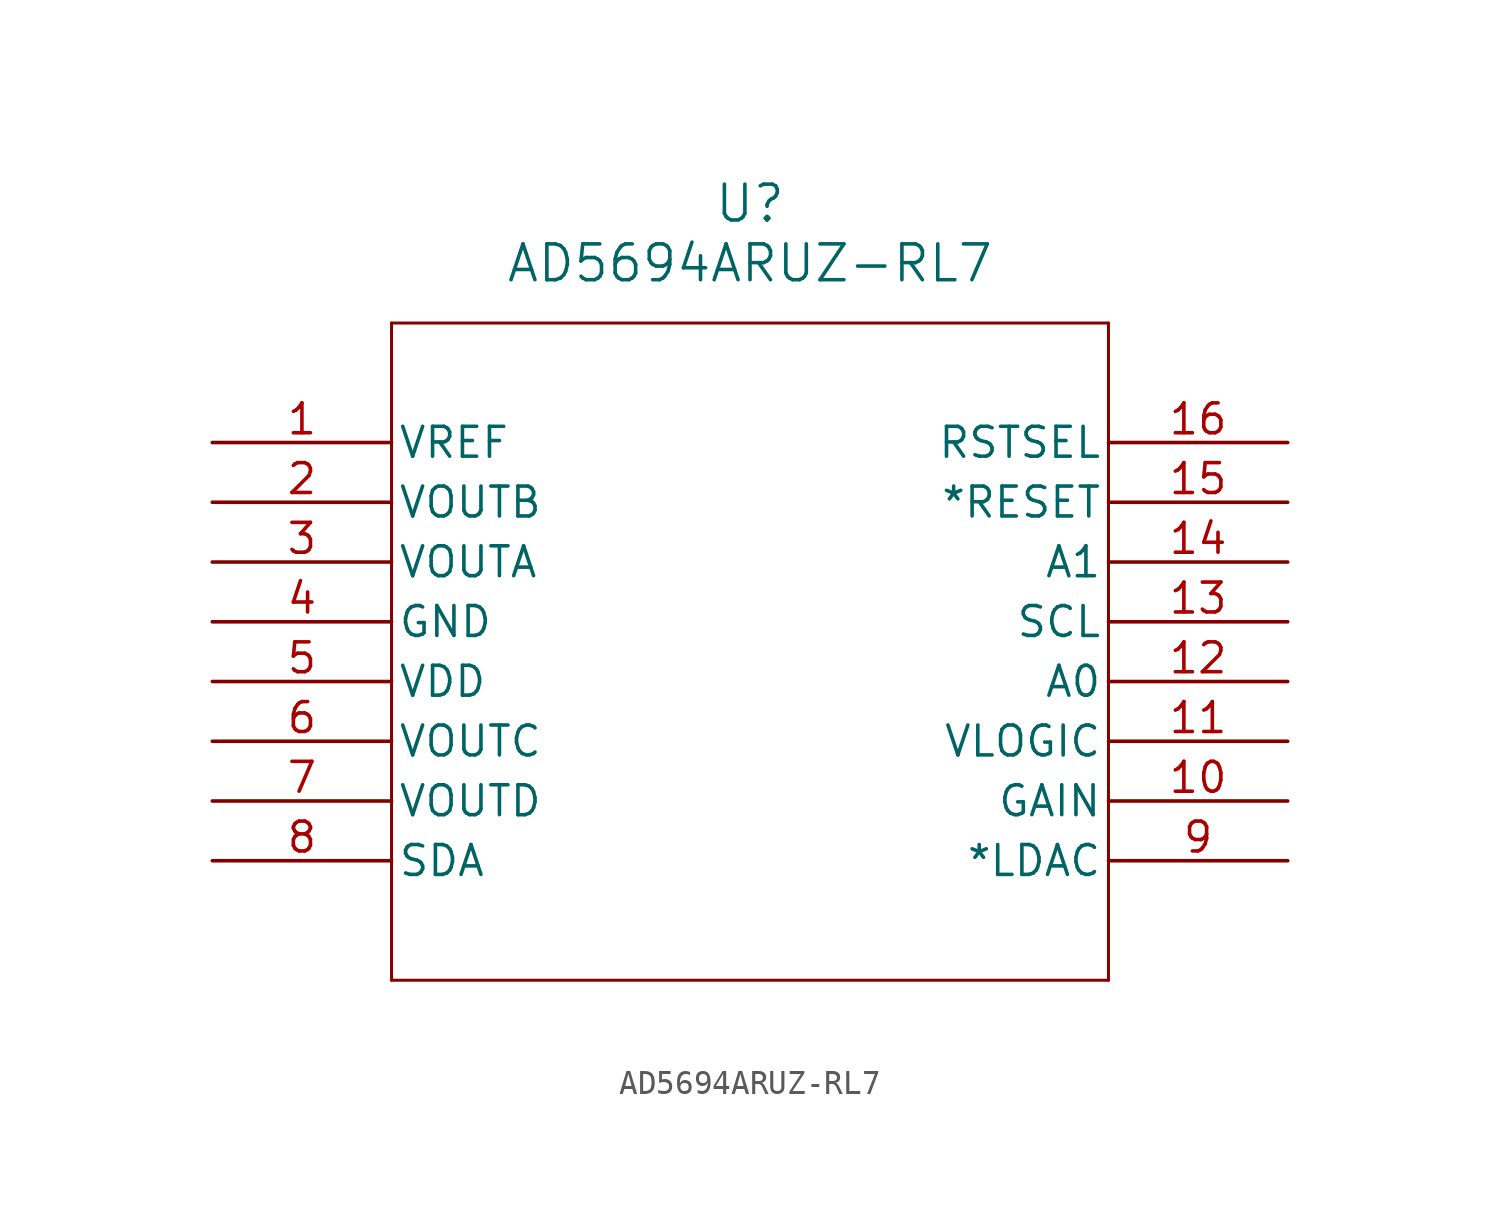
<source format=kicad_sym>
(kicad_symbol_lib
  (version 20241209)
  (generator "kicad_symbol_editor")
  (generator_version "9.0")
  (symbol "AD5694ARUZ-RL7"
    (pin_names
      (offset 0.254))
    (property "Reference" "U"
      (at 22.86 10.16 0)
      (effects (font (size 1.524 1.524))))
    (property "Value" "AD5694ARUZ-RL7"
      (at 22.86 7.62 0)
      (effects (font (size 1.524 1.524))))
    (property "ki_locked" ""
      (at 0 0 0)
      (effects (font (size 1.27 1.27))))
    (symbol "AD5694ARUZ-RL7_0_1"
      (polyline (pts (xy 7.62 5.08) (xy 7.62 -22.86)) (stroke (width 0.127) (type default)) (fill (type none)))
      (polyline (pts (xy 7.62 -22.86) (xy 38.1 -22.86)) (stroke (width 0.127) (type default)) (fill (type none)))
      (polyline (pts (xy 38.1 5.08) (xy 7.62 5.08)) (stroke (width 0.127) (type default)) (fill (type none)))
      (polyline (pts (xy 38.1 -22.86) (xy 38.1 5.08)) (stroke (width 0.127) (type default)) (fill (type none)))
      (pin input line (at 0 0 0) (length 7.62) (name "VREF" (effects (font (size 1.27 1.27)))) (number "1" (effects (font (size 1.27 1.27)))))
      (pin output line (at 0 -2.54 0) (length 7.62) (name "VOUTB" (effects (font (size 1.27 1.27)))) (number "2" (effects (font (size 1.27 1.27)))))
      (pin output line (at 0 -5.08 0) (length 7.62) (name "VOUTA" (effects (font (size 1.27 1.27)))) (number "3" (effects (font (size 1.27 1.27)))))
      (pin power_in line (at 0 -7.62 0) (length 7.62) (name "GND" (effects (font (size 1.27 1.27)))) (number "4" (effects (font (size 1.27 1.27)))))
      (pin power_in line (at 0 -10.16 0) (length 7.62) (name "VDD" (effects (font (size 1.27 1.27)))) (number "5" (effects (font (size 1.27 1.27)))))
      (pin output line (at 0 -12.7 0) (length 7.62) (name "VOUTC" (effects (font (size 1.27 1.27)))) (number "6" (effects (font (size 1.27 1.27)))))
      (pin output line (at 0 -15.24 0) (length 7.62) (name "VOUTD" (effects (font (size 1.27 1.27)))) (number "7" (effects (font (size 1.27 1.27)))))
      (pin bidirectional line (at 0 -17.78 0) (length 7.62) (name "SDA" (effects (font (size 1.27 1.27)))) (number "8" (effects (font (size 1.27 1.27)))))
      (pin unspecified line (at 45.72 0 180) (length 7.62) (name "RSTSEL" (effects (font (size 1.27 1.27)))) (number "16" (effects (font (size 1.27 1.27)))))
      (pin input line (at 45.72 -2.54 180) (length 7.62) (name "*RESET" (effects (font (size 1.27 1.27)))) (number "15" (effects (font (size 1.27 1.27)))))
      (pin input line (at 45.72 -5.08 180) (length 7.62) (name "A1" (effects (font (size 1.27 1.27)))) (number "14" (effects (font (size 1.27 1.27)))))
      (pin input line (at 45.72 -7.62 180) (length 7.62) (name "SCL" (effects (font (size 1.27 1.27)))) (number "13" (effects (font (size 1.27 1.27)))))
      (pin input line (at 45.72 -10.16 180) (length 7.62) (name "A0" (effects (font (size 1.27 1.27)))) (number "12" (effects (font (size 1.27 1.27)))))
      (pin power_in line (at 45.72 -12.7 180) (length 7.62) (name "VLOGIC" (effects (font (size 1.27 1.27)))) (number "11" (effects (font (size 1.27 1.27)))))
      (pin output line (at 45.72 -15.24 180) (length 7.62) (name "GAIN" (effects (font (size 1.27 1.27)))) (number "10" (effects (font (size 1.27 1.27)))))
      (pin input line (at 45.72 -17.78 180) (length 7.62) (name "*LDAC" (effects (font (size 1.27 1.27)))) (number "9" (effects (font (size 1.27 1.27))))))))
</source>
